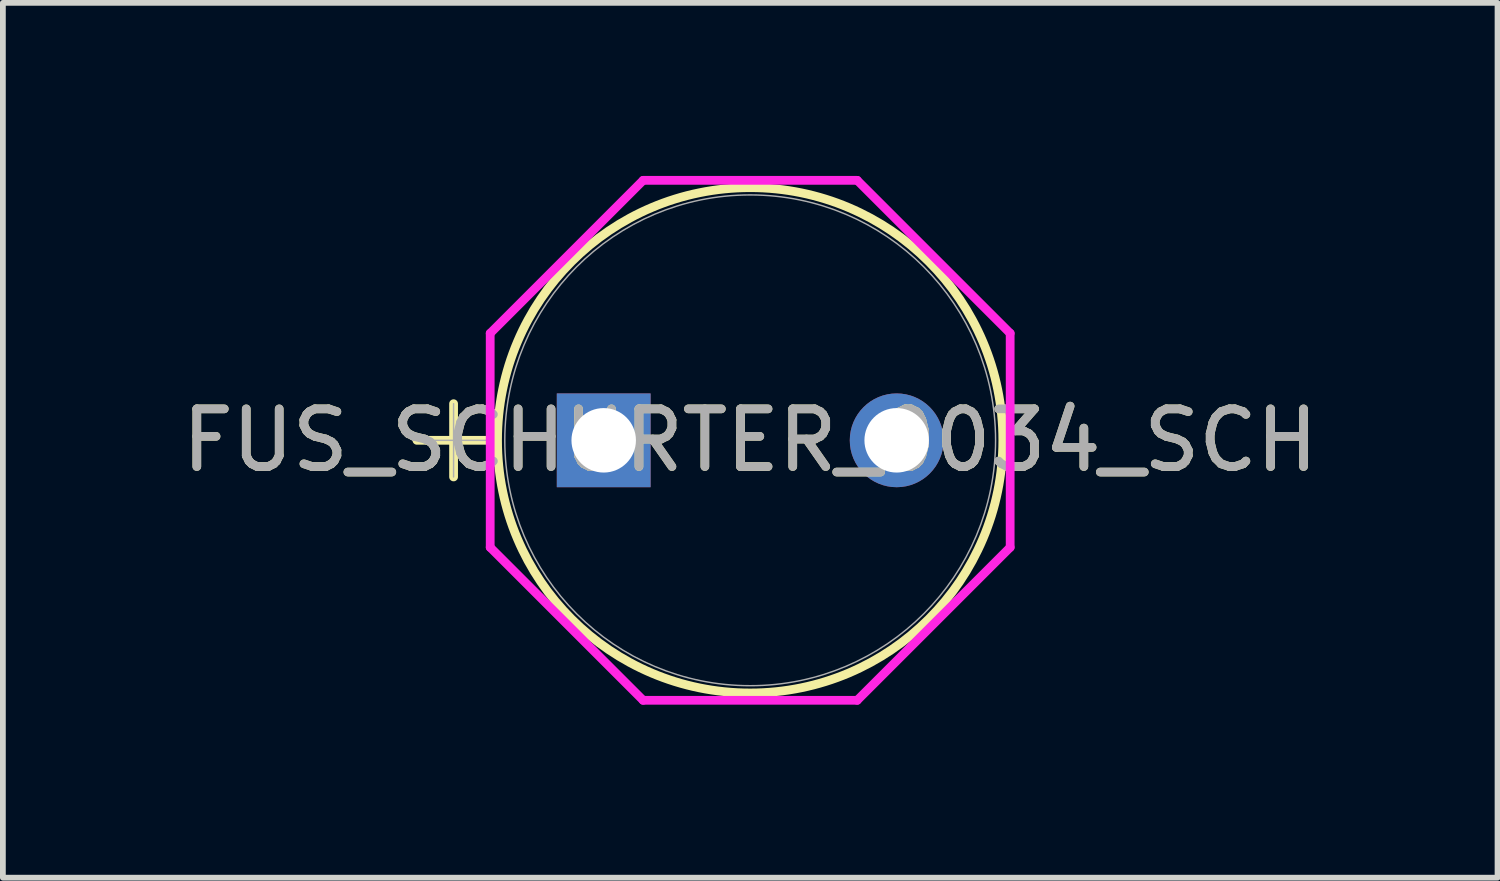
<source format=kicad_pcb>
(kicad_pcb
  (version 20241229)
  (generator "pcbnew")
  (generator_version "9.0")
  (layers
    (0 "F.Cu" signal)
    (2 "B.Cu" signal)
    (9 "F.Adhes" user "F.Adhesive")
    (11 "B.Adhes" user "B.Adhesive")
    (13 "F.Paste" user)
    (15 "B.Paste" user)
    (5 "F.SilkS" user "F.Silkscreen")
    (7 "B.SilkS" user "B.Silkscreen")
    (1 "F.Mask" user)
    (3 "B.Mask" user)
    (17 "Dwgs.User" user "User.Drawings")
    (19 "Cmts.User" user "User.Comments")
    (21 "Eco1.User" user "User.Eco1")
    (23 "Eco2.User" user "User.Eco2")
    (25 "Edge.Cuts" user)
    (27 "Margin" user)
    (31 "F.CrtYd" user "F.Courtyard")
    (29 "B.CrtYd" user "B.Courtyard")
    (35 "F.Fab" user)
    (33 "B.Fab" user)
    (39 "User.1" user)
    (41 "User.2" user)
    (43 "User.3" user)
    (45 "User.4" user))
  (footprint "FUS_SCHURTER_0034_SCH"
    (layer "F.Cu")
    (at 7.418 4.585)
    (property "Reference" "FUS_SCHURTER_0034_SCH" (at 2.54 0 0) (unlocked yes) (layer "F.SilkS") (effects (font (size 1 1) (thickness 0.15))))
    (attr through_hole)
    (fp_line (start -3.239 0) (end -1.968 0) (stroke (width 0.152) (type solid)) (layer "F.SilkS"))
    (fp_line (start -2.603 -0.635) (end -2.603 0.635) (stroke (width 0.152) (type solid)) (layer "F.SilkS"))
    (fp_circle (center 2.54 0) (end 6.921 0) (stroke (width 0.152) (type solid)) (fill no) (layer "F.SilkS"))
    (fp_line (start -1.968 -1.856) (end 0.684 -4.508) (stroke (width 0.152) (type solid)) (layer "F.CrtYd"))
    (fp_line (start -1.968 1.856) (end -1.968 -1.856) (stroke (width 0.152) (type solid)) (layer "F.CrtYd"))
    (fp_line (start 0.684 -4.508) (end 4.396 -4.508) (stroke (width 0.152) (type solid)) (layer "F.CrtYd"))
    (fp_line (start 0.684 4.508) (end -1.968 1.856) (stroke (width 0.152) (type solid)) (layer "F.CrtYd"))
    (fp_line (start 4.396 -4.508) (end 7.048 -1.856) (stroke (width 0.152) (type solid)) (layer "F.CrtYd"))
    (fp_line (start 4.396 4.508) (end 0.684 4.508) (stroke (width 0.152) (type solid)) (layer "F.CrtYd"))
    (fp_line (start 7.048 -1.856) (end 7.048 1.856) (stroke (width 0.152) (type solid)) (layer "F.CrtYd"))
    (fp_line (start 7.048 1.856) (end 4.396 4.508) (stroke (width 0.152) (type solid)) (layer "F.CrtYd"))
    (fp_line (start -3.239 0) (end -1.968 0) (stroke (width 0.025) (type solid)) (layer "F.Fab"))
    (fp_line (start -2.603 -0.635) (end -2.603 0.635) (stroke (width 0.025) (type solid)) (layer "F.Fab"))
    (fp_circle (center 2.54 0) (end 6.795 0) (stroke (width 0.025) (type solid)) (fill no) (layer "F.Fab"))
    (fp_text user "${REFERENCE}" (at 2.54 0 0) (unlocked yes) (layer "F.Fab") (effects (font (size 1 1) (thickness 0.15))))
    (pad "1" thru_hole rect (at 0 0) (size 1.626 1.626) (drill 1.118) (layers "*.Cu" "*.Mask"))
    (pad "2" thru_hole circle (at 5.08 0) (size 1.626 1.626) (drill 1.118) (layers "*.Cu" "*.Mask")))
  (gr_rect
    (start -3 -3)
    (end 22.917 12.169)
    (stroke (width 0.1) (type default))
    (fill no)
    (layer "Edge.Cuts")))
</source>
